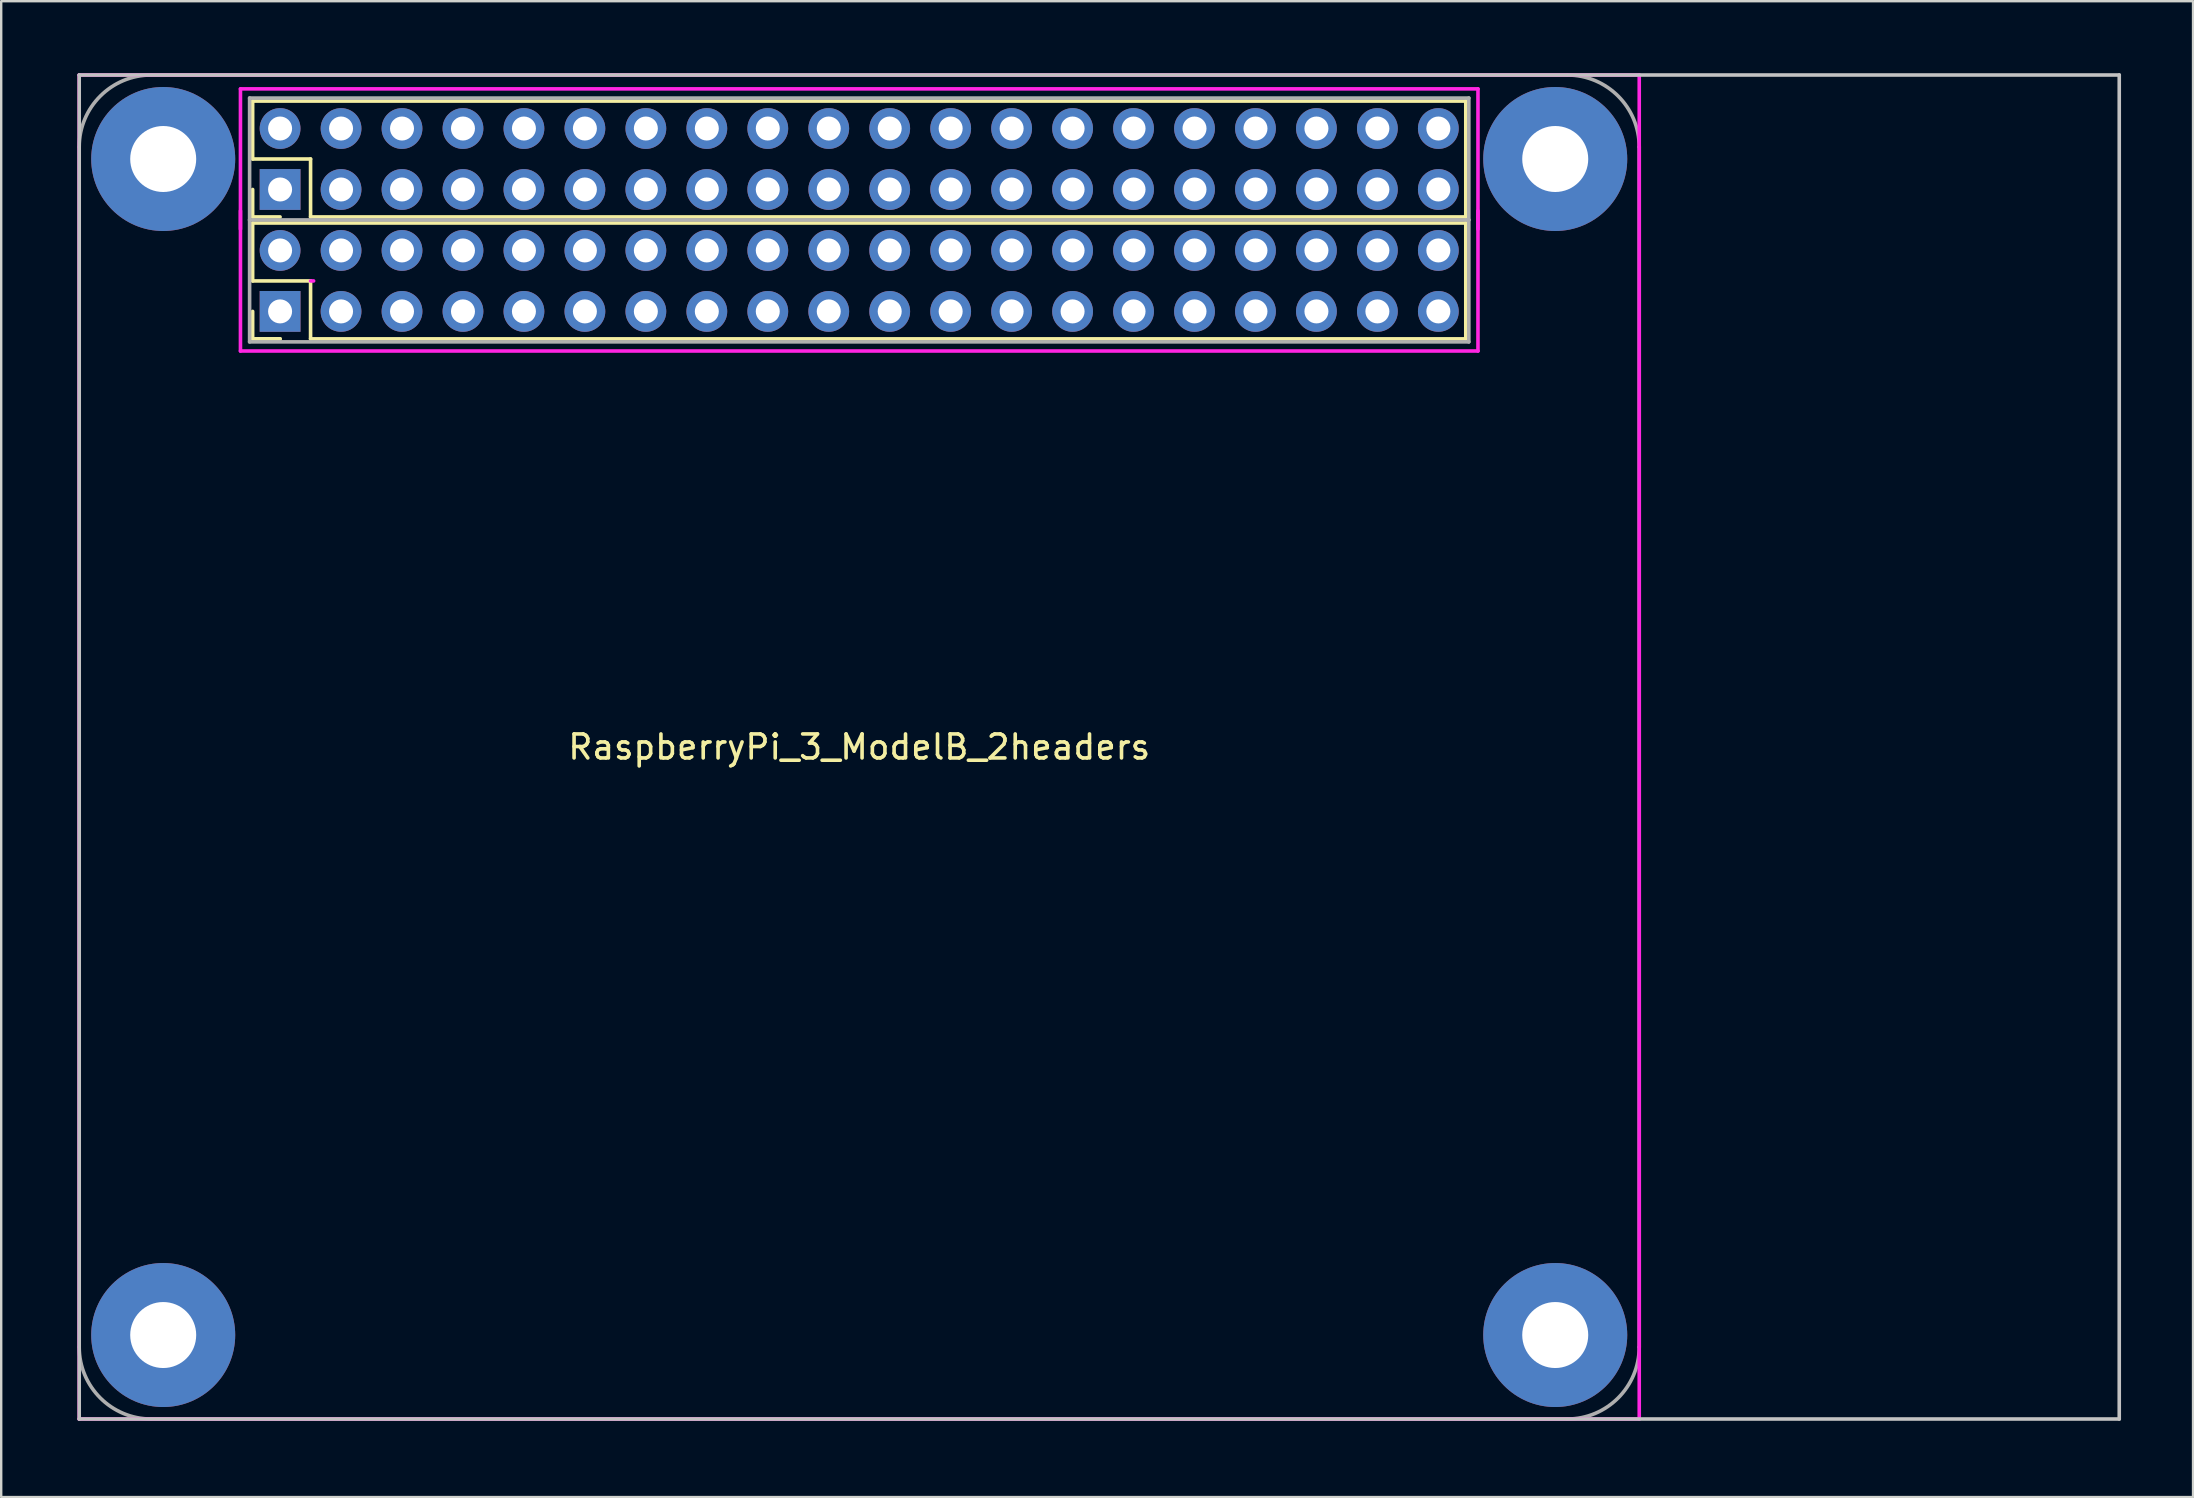
<source format=kicad_pcb>
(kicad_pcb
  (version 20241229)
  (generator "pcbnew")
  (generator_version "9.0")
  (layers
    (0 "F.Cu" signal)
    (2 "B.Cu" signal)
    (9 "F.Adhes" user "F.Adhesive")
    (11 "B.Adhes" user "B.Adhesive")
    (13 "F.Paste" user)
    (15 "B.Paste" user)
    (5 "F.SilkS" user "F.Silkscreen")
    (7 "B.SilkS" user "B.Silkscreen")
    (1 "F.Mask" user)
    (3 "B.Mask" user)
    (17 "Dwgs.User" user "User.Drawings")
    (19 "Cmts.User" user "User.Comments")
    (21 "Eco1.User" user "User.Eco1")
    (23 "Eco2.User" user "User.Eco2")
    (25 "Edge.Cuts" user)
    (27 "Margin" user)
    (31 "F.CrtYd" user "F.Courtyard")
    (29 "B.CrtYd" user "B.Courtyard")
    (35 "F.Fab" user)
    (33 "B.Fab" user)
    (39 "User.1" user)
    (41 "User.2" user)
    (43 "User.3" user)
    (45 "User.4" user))
  (footprint "RaspberryPi_3_ModelB_2headers"
    (layer "F.Cu")
    (at 0.25 56.075)
    (property "Reference" "RaspberryPi_3_ModelB_2headers" (at 32.5 -28 0) (layer "F.SilkS") (effects (font (size 1 1) (thickness 0.15))))
    (attr through_hole)
    (fp_line (start 7.227 -54.913) (end 7.227 -52.5) (stroke (width 0.15) (type solid)) (layer "F.SilkS"))
    (fp_line (start 7.227 -52.5) (end 9.64 -52.5) (stroke (width 0.15) (type solid)) (layer "F.SilkS"))
    (fp_line (start 7.227 -50.087) (end 7.227 -51.23) (stroke (width 0.15) (type solid)) (layer "F.SilkS"))
    (fp_line (start 7.227 -49.833) (end 7.227 -47.42) (stroke (width 0.15) (type solid)) (layer "F.SilkS"))
    (fp_line (start 7.227 -47.42) (end 9.64 -47.42) (stroke (width 0.15) (type solid)) (layer "F.SilkS"))
    (fp_line (start 7.227 -45.007) (end 7.227 -46.15) (stroke (width 0.15) (type solid)) (layer "F.SilkS"))
    (fp_line (start 8.37 -50.087) (end 7.227 -50.087) (stroke (width 0.15) (type solid)) (layer "F.SilkS"))
    (fp_line (start 8.37 -45.007) (end 7.227 -45.007) (stroke (width 0.15) (type solid)) (layer "F.SilkS"))
    (fp_line (start 8.37 -45.007) (end 7.354 -45.007) (stroke (width 0.15) (type solid)) (layer "F.SilkS"))
    (fp_line (start 9.64 -52.5) (end 9.64 -50.087) (stroke (width 0.15) (type solid)) (layer "F.SilkS"))
    (fp_line (start 9.64 -50.087) (end 57.773 -50.087) (stroke (width 0.15) (type solid)) (layer "F.SilkS"))
    (fp_line (start 9.64 -47.42) (end 9.64 -45.007) (stroke (width 0.15) (type solid)) (layer "F.SilkS"))
    (fp_line (start 9.64 -45.007) (end 57.773 -45.007) (stroke (width 0.15) (type solid)) (layer "F.SilkS"))
    (fp_line (start 57.773 -54.913) (end 7.227 -54.913) (stroke (width 0.15) (type solid)) (layer "F.SilkS"))
    (fp_line (start 57.773 -50.087) (end 57.773 -54.913) (stroke (width 0.15) (type solid)) (layer "F.SilkS"))
    (fp_line (start 57.773 -49.833) (end 7.227 -49.833) (stroke (width 0.15) (type solid)) (layer "F.SilkS"))
    (fp_line (start 57.773 -45.007) (end 57.773 -49.833) (stroke (width 0.15) (type solid)) (layer "F.SilkS"))
    (fp_line (start 0 -56) (end 85 -56) (stroke (width 0.15) (type solid)) (layer "Dwgs.User"))
    (fp_line (start 0 0) (end 0 -56) (stroke (width 0.15) (type solid)) (layer "Dwgs.User"))
    (fp_line (start 85 -56) (end 85 0) (stroke (width 0.15) (type solid)) (layer "Dwgs.User"))
    (fp_line (start 85 0) (end 0 0) (stroke (width 0.15) (type solid)) (layer "Dwgs.User"))
    (fp_line (start 0 -56) (end 65 -56) (stroke (width 0.15) (type solid)) (layer "F.CrtYd"))
    (fp_line (start 0 0) (end 0 -56) (stroke (width 0.15) (type solid)) (layer "F.CrtYd"))
    (fp_line (start 6.719 -55.421) (end 58.281 -55.421) (stroke (width 0.15) (type solid)) (layer "F.CrtYd"))
    (fp_line (start 6.719 -49.579) (end 6.719 -55.421) (stroke (width 0.15) (type solid)) (layer "F.CrtYd"))
    (fp_line (start 6.719 -44.499) (end 6.719 -50.341) (stroke (width 0.15) (type solid)) (layer "F.CrtYd"))
    (fp_line (start 9.64 -47.42) (end 9.767 -47.42) (stroke (width 0.15) (type solid)) (layer "F.CrtYd"))
    (fp_line (start 58.281 -55.421) (end 58.281 -49.579) (stroke (width 0.15) (type solid)) (layer "F.CrtYd"))
    (fp_line (start 58.281 -50.341) (end 58.281 -44.499) (stroke (width 0.15) (type solid)) (layer "F.CrtYd"))
    (fp_line (start 58.281 -44.499) (end 6.719 -44.499) (stroke (width 0.15) (type solid)) (layer "F.CrtYd"))
    (fp_line (start 65 -56) (end 65 0) (stroke (width 0.15) (type solid)) (layer "F.CrtYd"))
    (fp_line (start 65 0) (end 0 0) (stroke (width 0.15) (type solid)) (layer "F.CrtYd"))
    (fp_line (start 0 -3) (end 0 -53) (stroke (width 0.15) (type solid)) (layer "F.Fab"))
    (fp_line (start 3 -56) (end 62 -56) (stroke (width 0.15) (type solid)) (layer "F.Fab"))
    (fp_line (start 7.1 -55.04) (end 57.9 -55.04) (stroke (width 0.15) (type solid)) (layer "F.Fab"))
    (fp_line (start 7.1 -49.96) (end 7.1 -55.04) (stroke (width 0.15) (type solid)) (layer "F.Fab"))
    (fp_line (start 7.1 -49.96) (end 7.1 -44.88) (stroke (width 0.15) (type solid)) (layer "F.Fab"))
    (fp_line (start 7.1 -44.88) (end 57.9 -44.88) (stroke (width 0.15) (type solid)) (layer "F.Fab"))
    (fp_line (start 57.9 -55.04) (end 57.9 -49.96) (stroke (width 0.15) (type solid)) (layer "F.Fab"))
    (fp_line (start 57.9 -49.96) (end 7.1 -49.96) (stroke (width 0.15) (type solid)) (layer "F.Fab"))
    (fp_line (start 57.9 -44.88) (end 57.9 -49.96) (stroke (width 0.15) (type solid)) (layer "F.Fab"))
    (fp_line (start 62 0) (end 3 0) (stroke (width 0.15) (type solid)) (layer "F.Fab"))
    (fp_line (start 65 -53) (end 65 -3) (stroke (width 0.15) (type solid)) (layer "F.Fab"))
    (fp_arc (start 0 -53) (mid 0.87868 -55.12132) (end 3 -56) (stroke (width 0.15) (type solid)) (layer "F.Fab"))
    (fp_arc (start 3 0) (mid 0.87868 -0.87868) (end 0 -3) (stroke (width 0.15) (type solid)) (layer "F.Fab"))
    (fp_arc (start 62 -56) (mid 64.12132 -55.12132) (end 65 -53) (stroke (width 0.15) (type solid)) (layer "F.Fab"))
    (fp_arc (start 65 -3) (mid 64.12132 -0.87868) (end 62 0) (stroke (width 0.15) (type solid)) (layer "F.Fab"))
    (pad "" thru_hole circle (at 3.5 -52.5) (size 6 6) (drill 2.75) (layers "*.Cu" "*.Mask"))
    (pad "" thru_hole circle (at 3.5 -3.5) (size 6 6) (drill 2.75) (layers "*.Cu" "*.Mask"))
    (pad "" thru_hole circle (at 61.5 -52.5) (size 6 6) (drill 2.75) (layers "*.Cu" "*.Mask"))
    (pad "" thru_hole circle (at 61.5 -3.5) (size 6 6) (drill 2.75) (layers "*.Cu" "*.Mask"))
    (pad "1" thru_hole rect (at 8.37 -51.23) (size 1.7 1.7) (drill 1) (layers "*.Cu" "*.Mask"))
    (pad "1" thru_hole rect (at 8.37 -46.15) (size 1.7 1.7) (drill 1) (layers "*.Cu" "*.Mask"))
    (pad "2" thru_hole circle (at 8.37 -53.77) (size 1.7 1.7) (drill 1) (layers "*.Cu" "*.Mask"))
    (pad "2" thru_hole circle (at 8.37 -48.69) (size 1.7 1.7) (drill 1) (layers "*.Cu" "*.Mask"))
    (pad "3" thru_hole circle (at 10.91 -51.23) (size 1.7 1.7) (drill 1) (layers "*.Cu" "*.Mask"))
    (pad "3" thru_hole circle (at 10.91 -46.15) (size 1.7 1.7) (drill 1) (layers "*.Cu" "*.Mask"))
    (pad "4" thru_hole circle (at 10.91 -53.77) (size 1.7 1.7) (drill 1) (layers "*.Cu" "*.Mask"))
    (pad "4" thru_hole circle (at 10.91 -48.69 90) (size 1.7 1.7) (drill 1) (layers "*.Cu" "*.Mask"))
    (pad "5" thru_hole circle (at 13.45 -51.23) (size 1.7 1.7) (drill 1) (layers "*.Cu" "*.Mask"))
    (pad "5" thru_hole circle (at 13.45 -46.15) (size 1.7 1.7) (drill 1) (layers "*.Cu" "*.Mask"))
    (pad "6" thru_hole circle (at 13.45 -53.77) (size 1.7 1.7) (drill 1) (layers "*.Cu" "*.Mask"))
    (pad "6" thru_hole circle (at 13.45 -48.69) (size 1.7 1.7) (drill 1) (layers "*.Cu" "*.Mask"))
    (pad "7" thru_hole circle (at 15.99 -51.23) (size 1.7 1.7) (drill 1) (layers "*.Cu" "*.Mask"))
    (pad "7" thru_hole circle (at 15.99 -46.15) (size 1.7 1.7) (drill 1) (layers "*.Cu" "*.Mask"))
    (pad "8" thru_hole circle (at 15.99 -53.77) (size 1.7 1.7) (drill 1) (layers "*.Cu" "*.Mask"))
    (pad "8" thru_hole circle (at 15.99 -48.69) (size 1.7 1.7) (drill 1) (layers "*.Cu" "*.Mask"))
    (pad "9" thru_hole circle (at 18.53 -51.23) (size 1.7 1.7) (drill 1) (layers "*.Cu" "*.Mask"))
    (pad "9" thru_hole circle (at 18.53 -46.15) (size 1.7 1.7) (drill 1) (layers "*.Cu" "*.Mask"))
    (pad "10" thru_hole circle (at 18.53 -53.77) (size 1.7 1.7) (drill 1) (layers "*.Cu" "*.Mask"))
    (pad "10" thru_hole circle (at 18.53 -48.69) (size 1.7 1.7) (drill 1) (layers "*.Cu" "*.Mask"))
    (pad "11" thru_hole circle (at 21.07 -51.23) (size 1.7 1.7) (drill 1) (layers "*.Cu" "*.Mask"))
    (pad "11" thru_hole circle (at 21.07 -46.15) (size 1.7 1.7) (drill 1) (layers "*.Cu" "*.Mask"))
    (pad "12" thru_hole circle (at 21.07 -53.77) (size 1.7 1.7) (drill 1) (layers "*.Cu" "*.Mask"))
    (pad "12" thru_hole circle (at 21.07 -48.69) (size 1.7 1.7) (drill 1) (layers "*.Cu" "*.Mask"))
    (pad "13" thru_hole circle (at 23.61 -51.23) (size 1.7 1.7) (drill 1) (layers "*.Cu" "*.Mask"))
    (pad "13" thru_hole circle (at 23.61 -46.15) (size 1.7 1.7) (drill 1) (layers "*.Cu" "*.Mask"))
    (pad "14" thru_hole circle (at 23.61 -53.77) (size 1.7 1.7) (drill 1) (layers "*.Cu" "*.Mask"))
    (pad "14" thru_hole circle (at 23.61 -48.69) (size 1.7 1.7) (drill 1) (layers "*.Cu" "*.Mask"))
    (pad "15" thru_hole circle (at 26.15 -51.23) (size 1.7 1.7) (drill 1) (layers "*.Cu" "*.Mask"))
    (pad "15" thru_hole circle (at 26.15 -46.15) (size 1.7 1.7) (drill 1) (layers "*.Cu" "*.Mask"))
    (pad "16" thru_hole circle (at 26.15 -53.77) (size 1.7 1.7) (drill 1) (layers "*.Cu" "*.Mask"))
    (pad "16" thru_hole circle (at 26.15 -48.69) (size 1.7 1.7) (drill 1) (layers "*.Cu" "*.Mask"))
    (pad "17" thru_hole circle (at 28.69 -51.23) (size 1.7 1.7) (drill 1) (layers "*.Cu" "*.Mask"))
    (pad "17" thru_hole circle (at 28.69 -46.15) (size 1.7 1.7) (drill 1) (layers "*.Cu" "*.Mask"))
    (pad "18" thru_hole circle (at 28.69 -53.77) (size 1.7 1.7) (drill 1) (layers "*.Cu" "*.Mask"))
    (pad "18" thru_hole circle (at 28.69 -48.69) (size 1.7 1.7) (drill 1) (layers "*.Cu" "*.Mask"))
    (pad "19" thru_hole circle (at 31.23 -51.23) (size 1.7 1.7) (drill 1) (layers "*.Cu" "*.Mask"))
    (pad "19" thru_hole circle (at 31.23 -46.15) (size 1.7 1.7) (drill 1) (layers "*.Cu" "*.Mask"))
    (pad "20" thru_hole circle (at 31.23 -53.77) (size 1.7 1.7) (drill 1) (layers "*.Cu" "*.Mask"))
    (pad "20" thru_hole circle (at 31.23 -48.69) (size 1.7 1.7) (drill 1) (layers "*.Cu" "*.Mask"))
    (pad "21" thru_hole circle (at 33.77 -51.23) (size 1.7 1.7) (drill 1) (layers "*.Cu" "*.Mask"))
    (pad "21" thru_hole circle (at 33.77 -46.15) (size 1.7 1.7) (drill 1) (layers "*.Cu" "*.Mask"))
    (pad "22" thru_hole circle (at 33.77 -53.77) (size 1.7 1.7) (drill 1) (layers "*.Cu" "*.Mask"))
    (pad "22" thru_hole circle (at 33.77 -48.69) (size 1.7 1.7) (drill 1) (layers "*.Cu" "*.Mask"))
    (pad "23" thru_hole circle (at 36.31 -51.23) (size 1.7 1.7) (drill 1) (layers "*.Cu" "*.Mask"))
    (pad "23" thru_hole circle (at 36.31 -46.15) (size 1.7 1.7) (drill 1) (layers "*.Cu" "*.Mask"))
    (pad "24" thru_hole circle (at 36.31 -53.77) (size 1.7 1.7) (drill 1) (layers "*.Cu" "*.Mask"))
    (pad "24" thru_hole circle (at 36.31 -48.69) (size 1.7 1.7) (drill 1) (layers "*.Cu" "*.Mask"))
    (pad "25" thru_hole circle (at 38.85 -51.23) (size 1.7 1.7) (drill 1) (layers "*.Cu" "*.Mask"))
    (pad "25" thru_hole circle (at 38.85 -46.15) (size 1.7 1.7) (drill 1) (layers "*.Cu" "*.Mask"))
    (pad "26" thru_hole circle (at 38.85 -53.77) (size 1.7 1.7) (drill 1) (layers "*.Cu" "*.Mask"))
    (pad "26" thru_hole circle (at 38.85 -48.69) (size 1.7 1.7) (drill 1) (layers "*.Cu" "*.Mask"))
    (pad "27" thru_hole circle (at 41.39 -51.23) (size 1.7 1.7) (drill 1) (layers "*.Cu" "*.Mask"))
    (pad "27" thru_hole circle (at 41.39 -46.15) (size 1.7 1.7) (drill 1) (layers "*.Cu" "*.Mask"))
    (pad "28" thru_hole circle (at 41.39 -53.77) (size 1.7 1.7) (drill 1) (layers "*.Cu" "*.Mask"))
    (pad "28" thru_hole circle (at 41.39 -48.69) (size 1.7 1.7) (drill 1) (layers "*.Cu" "*.Mask"))
    (pad "29" thru_hole circle (at 43.93 -51.23) (size 1.7 1.7) (drill 1) (layers "*.Cu" "*.Mask"))
    (pad "29" thru_hole circle (at 43.93 -46.15) (size 1.7 1.7) (drill 1) (layers "*.Cu" "*.Mask"))
    (pad "30" thru_hole circle (at 43.93 -53.77) (size 1.7 1.7) (drill 1) (layers "*.Cu" "*.Mask"))
    (pad "30" thru_hole circle (at 43.93 -48.69) (size 1.7 1.7) (drill 1) (layers "*.Cu" "*.Mask"))
    (pad "31" thru_hole circle (at 46.47 -51.23) (size 1.7 1.7) (drill 1) (layers "*.Cu" "*.Mask"))
    (pad "31" thru_hole circle (at 46.47 -46.15) (size 1.7 1.7) (drill 1) (layers "*.Cu" "*.Mask"))
    (pad "32" thru_hole circle (at 46.47 -53.77) (size 1.7 1.7) (drill 1) (layers "*.Cu" "*.Mask"))
    (pad "32" thru_hole circle (at 46.47 -48.69) (size 1.7 1.7) (drill 1) (layers "*.Cu" "*.Mask"))
    (pad "33" thru_hole circle (at 49.01 -51.23) (size 1.7 1.7) (drill 1) (layers "*.Cu" "*.Mask"))
    (pad "33" thru_hole circle (at 49.01 -46.15) (size 1.7 1.7) (drill 1) (layers "*.Cu" "*.Mask"))
    (pad "34" thru_hole circle (at 49.01 -53.77) (size 1.7 1.7) (drill 1) (layers "*.Cu" "*.Mask"))
    (pad "34" thru_hole circle (at 49.01 -48.69) (size 1.7 1.7) (drill 1) (layers "*.Cu" "*.Mask"))
    (pad "35" thru_hole circle (at 51.55 -51.23) (size 1.7 1.7) (drill 1) (layers "*.Cu" "*.Mask"))
    (pad "35" thru_hole circle (at 51.55 -46.15) (size 1.7 1.7) (drill 1) (layers "*.Cu" "*.Mask"))
    (pad "36" thru_hole circle (at 51.55 -53.77) (size 1.7 1.7) (drill 1) (layers "*.Cu" "*.Mask"))
    (pad "36" thru_hole circle (at 51.55 -48.69) (size 1.7 1.7) (drill 1) (layers "*.Cu" "*.Mask"))
    (pad "37" thru_hole circle (at 54.09 -51.23) (size 1.7 1.7) (drill 1) (layers "*.Cu" "*.Mask"))
    (pad "37" thru_hole circle (at 54.09 -46.15) (size 1.7 1.7) (drill 1) (layers "*.Cu" "*.Mask"))
    (pad "38" thru_hole circle (at 54.09 -53.77) (size 1.7 1.7) (drill 1) (layers "*.Cu" "*.Mask"))
    (pad "38" thru_hole circle (at 54.09 -48.69) (size 1.7 1.7) (drill 1) (layers "*.Cu" "*.Mask"))
    (pad "39" thru_hole circle (at 56.63 -51.23) (size 1.7 1.7) (drill 1) (layers "*.Cu" "*.Mask"))
    (pad "39" thru_hole circle (at 56.63 -46.15) (size 1.7 1.7) (drill 1) (layers "*.Cu" "*.Mask"))
    (pad "40" thru_hole circle (at 56.63 -53.77) (size 1.7 1.7) (drill 1) (layers "*.Cu" "*.Mask"))
    (pad "40" thru_hole circle (at 56.63 -48.69) (size 1.7 1.7) (drill 1) (layers "*.Cu" "*.Mask")))
  (gr_rect
    (start -3 -3)
    (end 88.325 59.325)
    (stroke (width 0.1) (type default))
    (fill no)
    (layer "Edge.Cuts")))
</source>
